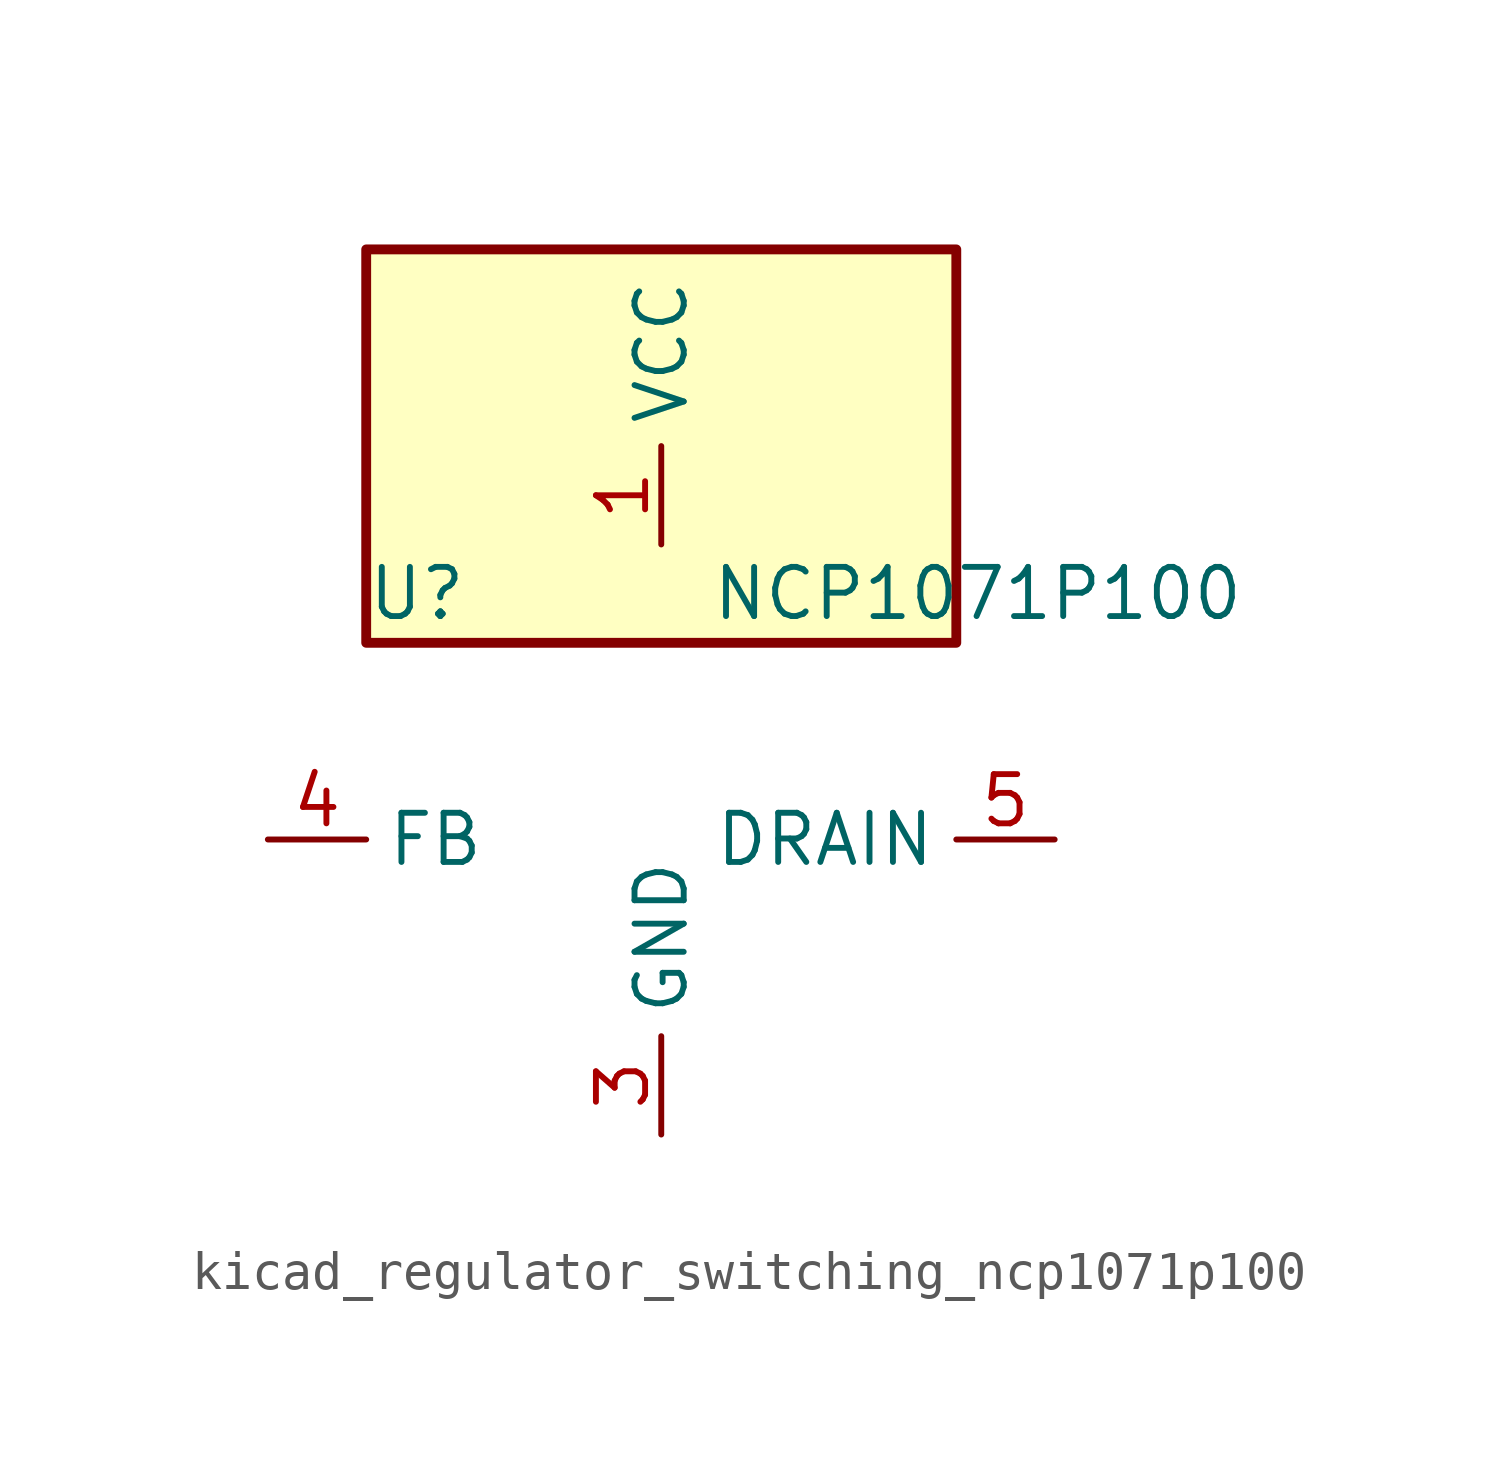
<source format=kicad_sym>
(kicad_symbol_lib
  (version 20220914)
  (generator kicad_symbol_editor)
  (symbol "kicad_regulator_switching_ncp1071p100"
    (property "Reference" "U"
      (at -7.62 6.35 0)
      (effects (font (size 1.27 1.27)) (justify left)))
    (property "Value" "NCP1071P100"
      (at 1.27 6.35 0)
      (effects (font (size 1.27 1.27)) (justify left)))
    (symbol "kicad_regulator_switching_ncp1071p100_0_1"
      (rectangle (start 7.62 15.24) (end -7.62 5.08) (stroke (width 0.254) (type default)) (fill (type background))))
    (symbol "kicad_regulator_switching_ncp1071p100_1_1"
      (pin power_in line (at 0 7.62 90) (length 2.54) (name "VCC" (effects (font (size 1.27 1.27)))) (number "1" (effects (font (size 1.27 1.27)))))
      (pin no_connect line (at -7.62 2.54 0) (length 2.54) hide (name "NC" (effects (font (size 1.27 1.27)))) (number "2" (effects (font (size 1.27 1.27)))))
      (pin power_in line (at 0 -7.62 90) (length 2.54) (name "GND" (effects (font (size 1.27 1.27)))) (number "3" (effects (font (size 1.27 1.27)))))
      (pin input line (at -10.16 0 0) (length 2.54) (name "FB" (effects (font (size 1.27 1.27)))) (number "4" (effects (font (size 1.27 1.27)))))
      (pin open_collector line (at 10.16 0 180) (length 2.54) (name "DRAIN" (effects (font (size 1.27 1.27)))) (number "5" (effects (font (size 1.27 1.27)))))
      (pin passive line (at 0 -7.62 90) (length 2.54) hide (name "GND" (effects (font (size 1.27 1.27)))) (number "7" (effects (font (size 1.27 1.27)))))
      (pin passive line (at 0 -7.62 90) (length 2.54) hide (name "GND" (effects (font (size 1.27 1.27)))) (number "8" (effects (font (size 1.27 1.27))))))))
</source>
